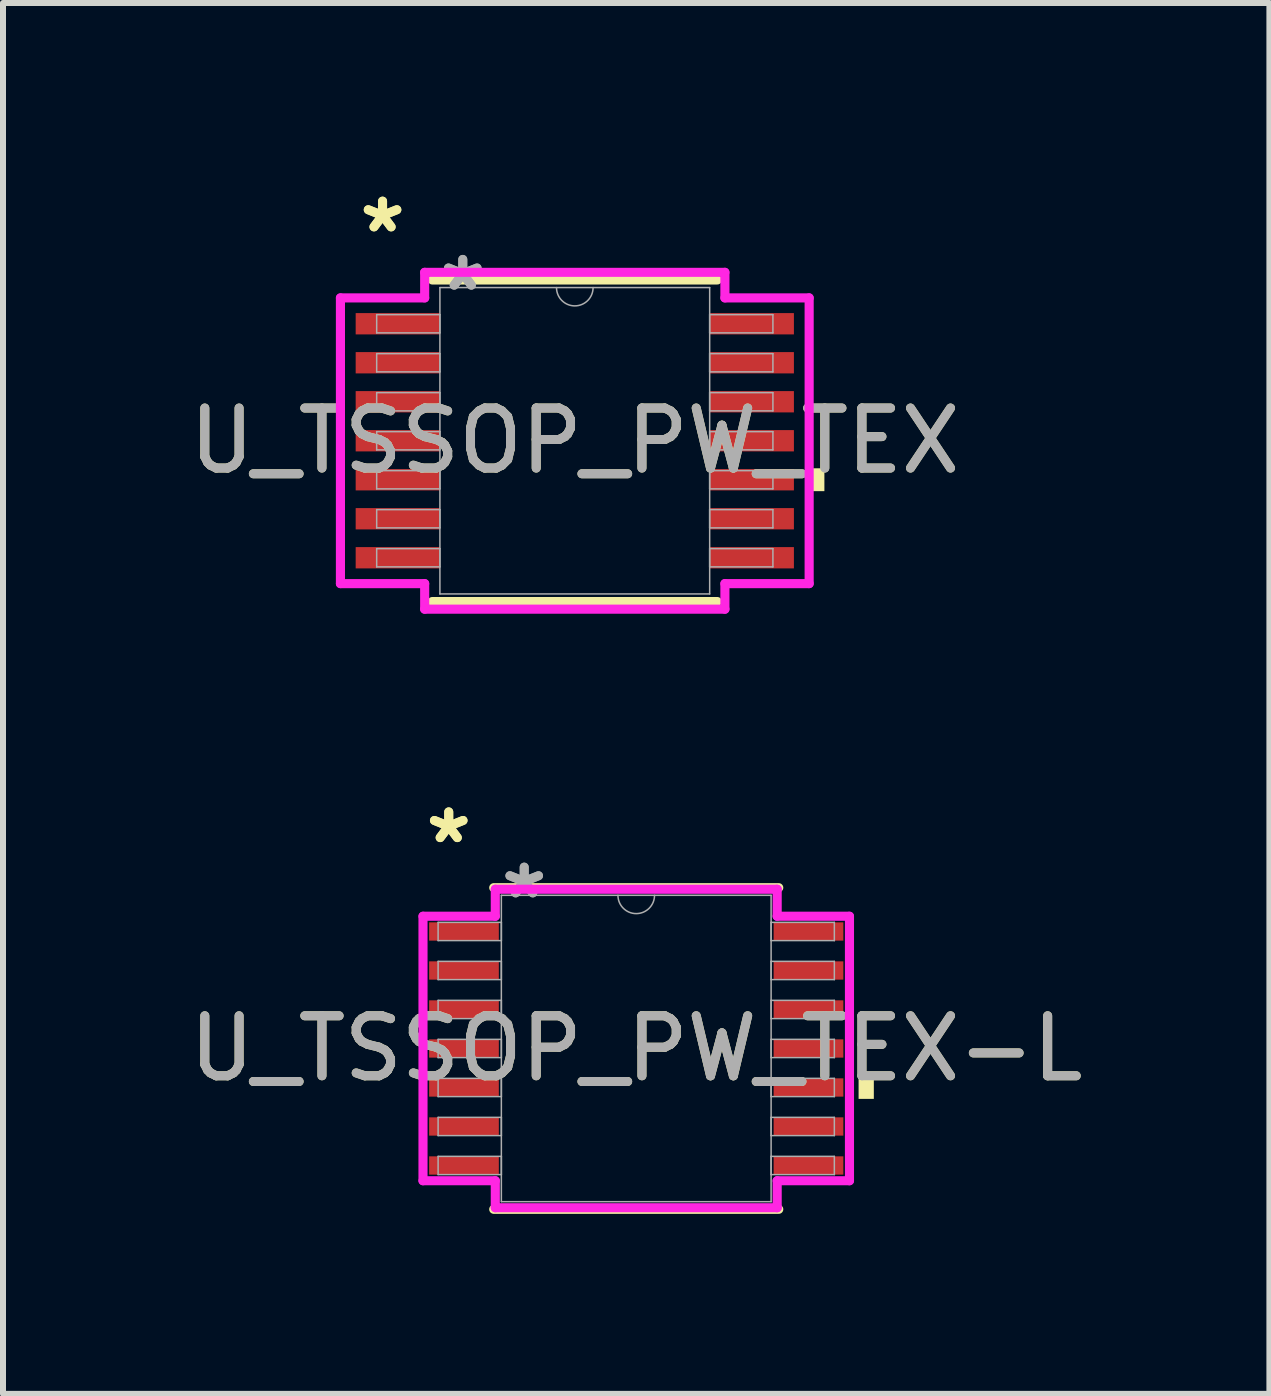
<source format=kicad_pcb>
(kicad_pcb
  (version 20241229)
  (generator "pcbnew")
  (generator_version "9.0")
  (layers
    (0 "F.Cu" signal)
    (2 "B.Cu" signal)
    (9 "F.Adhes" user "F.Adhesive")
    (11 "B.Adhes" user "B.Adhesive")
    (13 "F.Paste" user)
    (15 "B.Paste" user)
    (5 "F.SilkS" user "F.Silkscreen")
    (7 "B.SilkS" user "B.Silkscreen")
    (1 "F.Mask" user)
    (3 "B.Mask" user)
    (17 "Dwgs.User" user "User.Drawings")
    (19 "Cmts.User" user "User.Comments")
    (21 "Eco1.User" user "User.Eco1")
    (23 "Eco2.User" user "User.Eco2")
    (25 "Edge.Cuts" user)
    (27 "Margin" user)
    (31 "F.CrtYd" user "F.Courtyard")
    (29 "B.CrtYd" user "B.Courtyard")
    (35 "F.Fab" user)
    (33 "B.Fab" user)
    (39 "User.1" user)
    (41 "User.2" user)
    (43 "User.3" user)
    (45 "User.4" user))
  (footprint "U_TSSOP_PW_TEX-L"
    (layer "F.Cu")
    (at 7.554 14.425)
    (property "Reference" "U_TSSOP_PW_TEX-L" (at 0 0 0) (unlocked yes) (layer "F.SilkS") (effects (font (size 1 1) (thickness 0.15))))
    (attr smd)
    (fp_line (start -2.375 2.68) (end 2.375 2.68) (stroke (width 0.152) (type solid)) (layer "F.SilkS"))
    (fp_line (start 2.375 -2.68) (end -2.375 -2.68) (stroke (width 0.152) (type solid)) (layer "F.SilkS"))
    (fp_poly (pts (xy 3.96 0.459) (xy 3.96 0.84) (xy 3.706 0.84) (xy 3.706 0.459)) (stroke (width 0) (type solid)) (fill yes) (layer "F.SilkS"))
    (fp_line (start -3.554 -2.204) (end -2.349 -2.204) (stroke (width 0.152) (type solid)) (layer "F.CrtYd"))
    (fp_line (start -3.554 2.204) (end -3.554 -2.204) (stroke (width 0.152) (type solid)) (layer "F.CrtYd"))
    (fp_line (start -3.554 2.204) (end -2.349 2.204) (stroke (width 0.152) (type solid)) (layer "F.CrtYd"))
    (fp_line (start -2.349 -2.654) (end 2.349 -2.654) (stroke (width 0.152) (type solid)) (layer "F.CrtYd"))
    (fp_line (start -2.349 -2.204) (end -2.349 -2.654) (stroke (width 0.152) (type solid)) (layer "F.CrtYd"))
    (fp_line (start -2.349 2.654) (end -2.349 2.204) (stroke (width 0.152) (type solid)) (layer "F.CrtYd"))
    (fp_line (start 2.349 -2.654) (end 2.349 -2.204) (stroke (width 0.152) (type solid)) (layer "F.CrtYd"))
    (fp_line (start 2.349 2.204) (end 2.349 2.654) (stroke (width 0.152) (type solid)) (layer "F.CrtYd"))
    (fp_line (start 2.349 2.654) (end -2.349 2.654) (stroke (width 0.152) (type solid)) (layer "F.CrtYd"))
    (fp_line (start 3.554 -2.204) (end 2.349 -2.204) (stroke (width 0.152) (type solid)) (layer "F.CrtYd"))
    (fp_line (start 3.554 -2.204) (end 3.554 2.204) (stroke (width 0.152) (type solid)) (layer "F.CrtYd"))
    (fp_line (start 3.554 2.204) (end 2.349 2.204) (stroke (width 0.152) (type solid)) (layer "F.CrtYd"))
    (fp_line (start -3.302 -2.102) (end -3.302 -1.798) (stroke (width 0.025) (type solid)) (layer "F.Fab"))
    (fp_line (start -3.302 -1.798) (end -2.248 -1.798) (stroke (width 0.025) (type solid)) (layer "F.Fab"))
    (fp_line (start -3.302 -1.452) (end -3.302 -1.148) (stroke (width 0.025) (type solid)) (layer "F.Fab"))
    (fp_line (start -3.302 -1.148) (end -2.248 -1.148) (stroke (width 0.025) (type solid)) (layer "F.Fab"))
    (fp_line (start -3.302 -0.802) (end -3.302 -0.498) (stroke (width 0.025) (type solid)) (layer "F.Fab"))
    (fp_line (start -3.302 -0.498) (end -2.248 -0.498) (stroke (width 0.025) (type solid)) (layer "F.Fab"))
    (fp_line (start -3.302 -0.152) (end -3.302 0.152) (stroke (width 0.025) (type solid)) (layer "F.Fab"))
    (fp_line (start -3.302 0.152) (end -2.248 0.152) (stroke (width 0.025) (type solid)) (layer "F.Fab"))
    (fp_line (start -3.302 0.498) (end -3.302 0.802) (stroke (width 0.025) (type solid)) (layer "F.Fab"))
    (fp_line (start -3.302 0.802) (end -2.248 0.802) (stroke (width 0.025) (type solid)) (layer "F.Fab"))
    (fp_line (start -3.302 1.148) (end -3.302 1.452) (stroke (width 0.025) (type solid)) (layer "F.Fab"))
    (fp_line (start -3.302 1.452) (end -2.248 1.452) (stroke (width 0.025) (type solid)) (layer "F.Fab"))
    (fp_line (start -3.302 1.798) (end -3.302 2.102) (stroke (width 0.025) (type solid)) (layer "F.Fab"))
    (fp_line (start -3.302 2.102) (end -2.248 2.102) (stroke (width 0.025) (type solid)) (layer "F.Fab"))
    (fp_line (start -2.248 -2.553) (end -2.248 2.553) (stroke (width 0.025) (type solid)) (layer "F.Fab"))
    (fp_line (start -2.248 -2.102) (end -3.302 -2.102) (stroke (width 0.025) (type solid)) (layer "F.Fab"))
    (fp_line (start -2.248 -1.798) (end -2.248 -2.102) (stroke (width 0.025) (type solid)) (layer "F.Fab"))
    (fp_line (start -2.248 -1.452) (end -3.302 -1.452) (stroke (width 0.025) (type solid)) (layer "F.Fab"))
    (fp_line (start -2.248 -1.148) (end -2.248 -1.452) (stroke (width 0.025) (type solid)) (layer "F.Fab"))
    (fp_line (start -2.248 -0.802) (end -3.302 -0.802) (stroke (width 0.025) (type solid)) (layer "F.Fab"))
    (fp_line (start -2.248 -0.498) (end -2.248 -0.802) (stroke (width 0.025) (type solid)) (layer "F.Fab"))
    (fp_line (start -2.248 -0.152) (end -3.302 -0.152) (stroke (width 0.025) (type solid)) (layer "F.Fab"))
    (fp_line (start -2.248 0.152) (end -2.248 -0.152) (stroke (width 0.025) (type solid)) (layer "F.Fab"))
    (fp_line (start -2.248 0.498) (end -3.302 0.498) (stroke (width 0.025) (type solid)) (layer "F.Fab"))
    (fp_line (start -2.248 0.802) (end -2.248 0.498) (stroke (width 0.025) (type solid)) (layer "F.Fab"))
    (fp_line (start -2.248 1.148) (end -3.302 1.148) (stroke (width 0.025) (type solid)) (layer "F.Fab"))
    (fp_line (start -2.248 1.452) (end -2.248 1.148) (stroke (width 0.025) (type solid)) (layer "F.Fab"))
    (fp_line (start -2.248 1.798) (end -3.302 1.798) (stroke (width 0.025) (type solid)) (layer "F.Fab"))
    (fp_line (start -2.248 2.102) (end -2.248 1.798) (stroke (width 0.025) (type solid)) (layer "F.Fab"))
    (fp_line (start -2.248 2.553) (end 2.248 2.553) (stroke (width 0.025) (type solid)) (layer "F.Fab"))
    (fp_line (start 2.248 -2.553) (end -2.248 -2.553) (stroke (width 0.025) (type solid)) (layer "F.Fab"))
    (fp_line (start 2.248 -2.102) (end 2.248 -1.798) (stroke (width 0.025) (type solid)) (layer "F.Fab"))
    (fp_line (start 2.248 -1.798) (end 3.302 -1.798) (stroke (width 0.025) (type solid)) (layer "F.Fab"))
    (fp_line (start 2.248 -1.452) (end 2.248 -1.148) (stroke (width 0.025) (type solid)) (layer "F.Fab"))
    (fp_line (start 2.248 -1.148) (end 3.302 -1.148) (stroke (width 0.025) (type solid)) (layer "F.Fab"))
    (fp_line (start 2.248 -0.802) (end 2.248 -0.498) (stroke (width 0.025) (type solid)) (layer "F.Fab"))
    (fp_line (start 2.248 -0.498) (end 3.302 -0.498) (stroke (width 0.025) (type solid)) (layer "F.Fab"))
    (fp_line (start 2.248 -0.152) (end 2.248 0.152) (stroke (width 0.025) (type solid)) (layer "F.Fab"))
    (fp_line (start 2.248 0.152) (end 3.302 0.152) (stroke (width 0.025) (type solid)) (layer "F.Fab"))
    (fp_line (start 2.248 0.498) (end 2.248 0.802) (stroke (width 0.025) (type solid)) (layer "F.Fab"))
    (fp_line (start 2.248 0.802) (end 3.302 0.802) (stroke (width 0.025) (type solid)) (layer "F.Fab"))
    (fp_line (start 2.248 1.148) (end 2.248 1.452) (stroke (width 0.025) (type solid)) (layer "F.Fab"))
    (fp_line (start 2.248 1.452) (end 3.302 1.452) (stroke (width 0.025) (type solid)) (layer "F.Fab"))
    (fp_line (start 2.248 1.798) (end 2.248 2.102) (stroke (width 0.025) (type solid)) (layer "F.Fab"))
    (fp_line (start 2.248 2.102) (end 3.302 2.102) (stroke (width 0.025) (type solid)) (layer "F.Fab"))
    (fp_line (start 2.248 2.553) (end 2.248 -2.553) (stroke (width 0.025) (type solid)) (layer "F.Fab"))
    (fp_line (start 3.302 -2.102) (end 2.248 -2.102) (stroke (width 0.025) (type solid)) (layer "F.Fab"))
    (fp_line (start 3.302 -1.798) (end 3.302 -2.102) (stroke (width 0.025) (type solid)) (layer "F.Fab"))
    (fp_line (start 3.302 -1.452) (end 2.248 -1.452) (stroke (width 0.025) (type solid)) (layer "F.Fab"))
    (fp_line (start 3.302 -1.148) (end 3.302 -1.452) (stroke (width 0.025) (type solid)) (layer "F.Fab"))
    (fp_line (start 3.302 -0.802) (end 2.248 -0.802) (stroke (width 0.025) (type solid)) (layer "F.Fab"))
    (fp_line (start 3.302 -0.498) (end 3.302 -0.802) (stroke (width 0.025) (type solid)) (layer "F.Fab"))
    (fp_line (start 3.302 -0.152) (end 2.248 -0.152) (stroke (width 0.025) (type solid)) (layer "F.Fab"))
    (fp_line (start 3.302 0.152) (end 3.302 -0.152) (stroke (width 0.025) (type solid)) (layer "F.Fab"))
    (fp_line (start 3.302 0.498) (end 2.248 0.498) (stroke (width 0.025) (type solid)) (layer "F.Fab"))
    (fp_line (start 3.302 0.802) (end 3.302 0.498) (stroke (width 0.025) (type solid)) (layer "F.Fab"))
    (fp_line (start 3.302 1.148) (end 2.248 1.148) (stroke (width 0.025) (type solid)) (layer "F.Fab"))
    (fp_line (start 3.302 1.452) (end 3.302 1.148) (stroke (width 0.025) (type solid)) (layer "F.Fab"))
    (fp_line (start 3.302 1.798) (end 2.248 1.798) (stroke (width 0.025) (type solid)) (layer "F.Fab"))
    (fp_line (start 3.302 2.102) (end 3.302 1.798) (stroke (width 0.025) (type solid)) (layer "F.Fab"))
    (fp_arc (start 0.3048 -2.5527) (mid 0 -2.2479) (end -0.3048 -2.5527) (stroke (width 0.0254) (type solid)) (layer "F.Fab"))
    (fp_text user "*" (at -3.125 -3.398 0) (layer "F.SilkS") (effects (font (size 1 1) (thickness 0.15))))
    (fp_text user "*" (at -3.125 -3.398 0) (unlocked yes) (layer "F.SilkS") (effects (font (size 1 1) (thickness 0.15))))
    (fp_text user "*" (at -1.867 -2.477 0) (unlocked yes) (layer "F.Fab") (effects (font (size 1 1) (thickness 0.15))))
    (fp_text user "*" (at -1.867 -2.477 0) (layer "F.Fab") (effects (font (size 1 1) (thickness 0.15))))
    (fp_text user "${REFERENCE}" (at 0 0 0) (unlocked yes) (layer "F.Fab") (effects (font (size 1 1) (thickness 0.15))))
    (pad "1" smd rect (at -2.871 -1.95) (size 1.162 0.305) (layers "F.Cu" "F.Mask" "F.Paste"))
    (pad "2" smd rect (at -2.871 -1.3) (size 1.162 0.305) (layers "F.Cu" "F.Mask" "F.Paste"))
    (pad "3" smd rect (at -2.871 -0.65) (size 1.162 0.305) (layers "F.Cu" "F.Mask" "F.Paste"))
    (pad "4" smd rect (at -2.871 0) (size 1.162 0.305) (layers "F.Cu" "F.Mask" "F.Paste"))
    (pad "5" smd rect (at -2.871 0.65) (size 1.162 0.305) (layers "F.Cu" "F.Mask" "F.Paste"))
    (pad "6" smd rect (at -2.871 1.3) (size 1.162 0.305) (layers "F.Cu" "F.Mask" "F.Paste"))
    (pad "7" smd rect (at -2.871 1.95) (size 1.162 0.305) (layers "F.Cu" "F.Mask" "F.Paste"))
    (pad "8" smd rect (at 2.871 1.95) (size 1.162 0.305) (layers "F.Cu" "F.Mask" "F.Paste"))
    (pad "9" smd rect (at 2.871 1.3) (size 1.162 0.305) (layers "F.Cu" "F.Mask" "F.Paste"))
    (pad "10" smd rect (at 2.871 0.65) (size 1.162 0.305) (layers "F.Cu" "F.Mask" "F.Paste"))
    (pad "11" smd rect (at 2.871 0) (size 1.162 0.305) (layers "F.Cu" "F.Mask" "F.Paste"))
    (pad "12" smd rect (at 2.871 -0.65) (size 1.162 0.305) (layers "F.Cu" "F.Mask" "F.Paste"))
    (pad "13" smd rect (at 2.871 -1.3) (size 1.162 0.305) (layers "F.Cu" "F.Mask" "F.Paste"))
    (pad "14" smd rect (at 2.871 -1.95) (size 1.162 0.305) (layers "F.Cu" "F.Mask" "F.Paste")))
  (footprint "U_TSSOP_PW_TEX"
    (layer "F.Cu")
    (at 6.53 4.296)
    (property "Reference" "U_TSSOP_PW_TEX" (at 0 0 0) (unlocked yes) (layer "F.SilkS") (effects (font (size 1 1) (thickness 0.15))))
    (attr smd)
    (fp_line (start -2.375 2.68) (end 2.375 2.68) (stroke (width 0.152) (type solid)) (layer "F.SilkS"))
    (fp_line (start 2.375 -2.68) (end -2.375 -2.68) (stroke (width 0.152) (type solid)) (layer "F.SilkS"))
    (fp_poly (pts (xy 4.16 0.459) (xy 4.16 0.84) (xy 3.906 0.84) (xy 3.906 0.459)) (stroke (width 0) (type solid)) (fill yes) (layer "F.SilkS"))
    (fp_line (start -3.906 -2.381) (end -2.502 -2.381) (stroke (width 0.152) (type solid)) (layer "F.CrtYd"))
    (fp_line (start -3.906 2.381) (end -3.906 -2.381) (stroke (width 0.152) (type solid)) (layer "F.CrtYd"))
    (fp_line (start -3.906 2.381) (end -2.502 2.381) (stroke (width 0.152) (type solid)) (layer "F.CrtYd"))
    (fp_line (start -2.502 -2.807) (end 2.502 -2.807) (stroke (width 0.152) (type solid)) (layer "F.CrtYd"))
    (fp_line (start -2.502 -2.381) (end -2.502 -2.807) (stroke (width 0.152) (type solid)) (layer "F.CrtYd"))
    (fp_line (start -2.502 2.807) (end -2.502 2.381) (stroke (width 0.152) (type solid)) (layer "F.CrtYd"))
    (fp_line (start 2.502 -2.807) (end 2.502 -2.381) (stroke (width 0.152) (type solid)) (layer "F.CrtYd"))
    (fp_line (start 2.502 2.381) (end 2.502 2.807) (stroke (width 0.152) (type solid)) (layer "F.CrtYd"))
    (fp_line (start 2.502 2.807) (end -2.502 2.807) (stroke (width 0.152) (type solid)) (layer "F.CrtYd"))
    (fp_line (start 3.906 -2.381) (end 2.502 -2.381) (stroke (width 0.152) (type solid)) (layer "F.CrtYd"))
    (fp_line (start 3.906 -2.381) (end 3.906 2.381) (stroke (width 0.152) (type solid)) (layer "F.CrtYd"))
    (fp_line (start 3.906 2.381) (end 2.502 2.381) (stroke (width 0.152) (type solid)) (layer "F.CrtYd"))
    (fp_line (start -3.302 -2.102) (end -3.302 -1.798) (stroke (width 0.025) (type solid)) (layer "F.Fab"))
    (fp_line (start -3.302 -1.798) (end -2.248 -1.798) (stroke (width 0.025) (type solid)) (layer "F.Fab"))
    (fp_line (start -3.302 -1.452) (end -3.302 -1.148) (stroke (width 0.025) (type solid)) (layer "F.Fab"))
    (fp_line (start -3.302 -1.148) (end -2.248 -1.148) (stroke (width 0.025) (type solid)) (layer "F.Fab"))
    (fp_line (start -3.302 -0.802) (end -3.302 -0.498) (stroke (width 0.025) (type solid)) (layer "F.Fab"))
    (fp_line (start -3.302 -0.498) (end -2.248 -0.498) (stroke (width 0.025) (type solid)) (layer "F.Fab"))
    (fp_line (start -3.302 -0.152) (end -3.302 0.152) (stroke (width 0.025) (type solid)) (layer "F.Fab"))
    (fp_line (start -3.302 0.152) (end -2.248 0.152) (stroke (width 0.025) (type solid)) (layer "F.Fab"))
    (fp_line (start -3.302 0.498) (end -3.302 0.802) (stroke (width 0.025) (type solid)) (layer "F.Fab"))
    (fp_line (start -3.302 0.802) (end -2.248 0.802) (stroke (width 0.025) (type solid)) (layer "F.Fab"))
    (fp_line (start -3.302 1.148) (end -3.302 1.452) (stroke (width 0.025) (type solid)) (layer "F.Fab"))
    (fp_line (start -3.302 1.452) (end -2.248 1.452) (stroke (width 0.025) (type solid)) (layer "F.Fab"))
    (fp_line (start -3.302 1.798) (end -3.302 2.102) (stroke (width 0.025) (type solid)) (layer "F.Fab"))
    (fp_line (start -3.302 2.102) (end -2.248 2.102) (stroke (width 0.025) (type solid)) (layer "F.Fab"))
    (fp_line (start -2.248 -2.553) (end -2.248 2.553) (stroke (width 0.025) (type solid)) (layer "F.Fab"))
    (fp_line (start -2.248 -2.102) (end -3.302 -2.102) (stroke (width 0.025) (type solid)) (layer "F.Fab"))
    (fp_line (start -2.248 -1.798) (end -2.248 -2.102) (stroke (width 0.025) (type solid)) (layer "F.Fab"))
    (fp_line (start -2.248 -1.452) (end -3.302 -1.452) (stroke (width 0.025) (type solid)) (layer "F.Fab"))
    (fp_line (start -2.248 -1.148) (end -2.248 -1.452) (stroke (width 0.025) (type solid)) (layer "F.Fab"))
    (fp_line (start -2.248 -0.802) (end -3.302 -0.802) (stroke (width 0.025) (type solid)) (layer "F.Fab"))
    (fp_line (start -2.248 -0.498) (end -2.248 -0.802) (stroke (width 0.025) (type solid)) (layer "F.Fab"))
    (fp_line (start -2.248 -0.152) (end -3.302 -0.152) (stroke (width 0.025) (type solid)) (layer "F.Fab"))
    (fp_line (start -2.248 0.152) (end -2.248 -0.152) (stroke (width 0.025) (type solid)) (layer "F.Fab"))
    (fp_line (start -2.248 0.498) (end -3.302 0.498) (stroke (width 0.025) (type solid)) (layer "F.Fab"))
    (fp_line (start -2.248 0.802) (end -2.248 0.498) (stroke (width 0.025) (type solid)) (layer "F.Fab"))
    (fp_line (start -2.248 1.148) (end -3.302 1.148) (stroke (width 0.025) (type solid)) (layer "F.Fab"))
    (fp_line (start -2.248 1.452) (end -2.248 1.148) (stroke (width 0.025) (type solid)) (layer "F.Fab"))
    (fp_line (start -2.248 1.798) (end -3.302 1.798) (stroke (width 0.025) (type solid)) (layer "F.Fab"))
    (fp_line (start -2.248 2.102) (end -2.248 1.798) (stroke (width 0.025) (type solid)) (layer "F.Fab"))
    (fp_line (start -2.248 2.553) (end 2.248 2.553) (stroke (width 0.025) (type solid)) (layer "F.Fab"))
    (fp_line (start 2.248 -2.553) (end -2.248 -2.553) (stroke (width 0.025) (type solid)) (layer "F.Fab"))
    (fp_line (start 2.248 -2.102) (end 2.248 -1.798) (stroke (width 0.025) (type solid)) (layer "F.Fab"))
    (fp_line (start 2.248 -1.798) (end 3.302 -1.798) (stroke (width 0.025) (type solid)) (layer "F.Fab"))
    (fp_line (start 2.248 -1.452) (end 2.248 -1.148) (stroke (width 0.025) (type solid)) (layer "F.Fab"))
    (fp_line (start 2.248 -1.148) (end 3.302 -1.148) (stroke (width 0.025) (type solid)) (layer "F.Fab"))
    (fp_line (start 2.248 -0.802) (end 2.248 -0.498) (stroke (width 0.025) (type solid)) (layer "F.Fab"))
    (fp_line (start 2.248 -0.498) (end 3.302 -0.498) (stroke (width 0.025) (type solid)) (layer "F.Fab"))
    (fp_line (start 2.248 -0.152) (end 2.248 0.152) (stroke (width 0.025) (type solid)) (layer "F.Fab"))
    (fp_line (start 2.248 0.152) (end 3.302 0.152) (stroke (width 0.025) (type solid)) (layer "F.Fab"))
    (fp_line (start 2.248 0.498) (end 2.248 0.802) (stroke (width 0.025) (type solid)) (layer "F.Fab"))
    (fp_line (start 2.248 0.802) (end 3.302 0.802) (stroke (width 0.025) (type solid)) (layer "F.Fab"))
    (fp_line (start 2.248 1.148) (end 2.248 1.452) (stroke (width 0.025) (type solid)) (layer "F.Fab"))
    (fp_line (start 2.248 1.452) (end 3.302 1.452) (stroke (width 0.025) (type solid)) (layer "F.Fab"))
    (fp_line (start 2.248 1.798) (end 2.248 2.102) (stroke (width 0.025) (type solid)) (layer "F.Fab"))
    (fp_line (start 2.248 2.102) (end 3.302 2.102) (stroke (width 0.025) (type solid)) (layer "F.Fab"))
    (fp_line (start 2.248 2.553) (end 2.248 -2.553) (stroke (width 0.025) (type solid)) (layer "F.Fab"))
    (fp_line (start 3.302 -2.102) (end 2.248 -2.102) (stroke (width 0.025) (type solid)) (layer "F.Fab"))
    (fp_line (start 3.302 -1.798) (end 3.302 -2.102) (stroke (width 0.025) (type solid)) (layer "F.Fab"))
    (fp_line (start 3.302 -1.452) (end 2.248 -1.452) (stroke (width 0.025) (type solid)) (layer "F.Fab"))
    (fp_line (start 3.302 -1.148) (end 3.302 -1.452) (stroke (width 0.025) (type solid)) (layer "F.Fab"))
    (fp_line (start 3.302 -0.802) (end 2.248 -0.802) (stroke (width 0.025) (type solid)) (layer "F.Fab"))
    (fp_line (start 3.302 -0.498) (end 3.302 -0.802) (stroke (width 0.025) (type solid)) (layer "F.Fab"))
    (fp_line (start 3.302 -0.152) (end 2.248 -0.152) (stroke (width 0.025) (type solid)) (layer "F.Fab"))
    (fp_line (start 3.302 0.152) (end 3.302 -0.152) (stroke (width 0.025) (type solid)) (layer "F.Fab"))
    (fp_line (start 3.302 0.498) (end 2.248 0.498) (stroke (width 0.025) (type solid)) (layer "F.Fab"))
    (fp_line (start 3.302 0.802) (end 3.302 0.498) (stroke (width 0.025) (type solid)) (layer "F.Fab"))
    (fp_line (start 3.302 1.148) (end 2.248 1.148) (stroke (width 0.025) (type solid)) (layer "F.Fab"))
    (fp_line (start 3.302 1.452) (end 3.302 1.148) (stroke (width 0.025) (type solid)) (layer "F.Fab"))
    (fp_line (start 3.302 1.798) (end 2.248 1.798) (stroke (width 0.025) (type solid)) (layer "F.Fab"))
    (fp_line (start 3.302 2.102) (end 3.302 1.798) (stroke (width 0.025) (type solid)) (layer "F.Fab"))
    (fp_arc (start 0.3048 -2.5527) (mid 0 -2.2479) (end -0.3048 -2.5527) (stroke (width 0.0254) (type solid)) (layer "F.Fab"))
    (fp_text user "*" (at -3.204 -3.448 0) (unlocked yes) (layer "F.SilkS") (effects (font (size 1 1) (thickness 0.15))))
    (fp_text user "*" (at -3.204 -3.448 0) (layer "F.SilkS") (effects (font (size 1 1) (thickness 0.15))))
    (fp_text user "${REFERENCE}" (at 0 0 0) (unlocked yes) (layer "F.Fab") (effects (font (size 1 1) (thickness 0.15))))
    (fp_text user "*" (at -1.867 -2.477 0) (layer "F.Fab") (effects (font (size 1 1) (thickness 0.15))))
    (fp_text user "*" (at -1.867 -2.477 0) (unlocked yes) (layer "F.Fab") (effects (font (size 1 1) (thickness 0.15))))
    (pad "1" smd rect (at -2.95 -1.95) (size 1.404 0.355) (layers "F.Cu" "F.Mask" "F.Paste"))
    (pad "2" smd rect (at -2.95 -1.3) (size 1.404 0.355) (layers "F.Cu" "F.Mask" "F.Paste"))
    (pad "3" smd rect (at -2.95 -0.65) (size 1.404 0.355) (layers "F.Cu" "F.Mask" "F.Paste"))
    (pad "4" smd rect (at -2.95 0) (size 1.404 0.355) (layers "F.Cu" "F.Mask" "F.Paste"))
    (pad "5" smd rect (at -2.95 0.65) (size 1.404 0.355) (layers "F.Cu" "F.Mask" "F.Paste"))
    (pad "6" smd rect (at -2.95 1.3) (size 1.404 0.355) (layers "F.Cu" "F.Mask" "F.Paste"))
    (pad "7" smd rect (at -2.95 1.95) (size 1.404 0.355) (layers "F.Cu" "F.Mask" "F.Paste"))
    (pad "8" smd rect (at 2.95 1.95) (size 1.404 0.355) (layers "F.Cu" "F.Mask" "F.Paste"))
    (pad "9" smd rect (at 2.95 1.3) (size 1.404 0.355) (layers "F.Cu" "F.Mask" "F.Paste"))
    (pad "10" smd rect (at 2.95 0.65) (size 1.404 0.355) (layers "F.Cu" "F.Mask" "F.Paste"))
    (pad "11" smd rect (at 2.95 0) (size 1.404 0.355) (layers "F.Cu" "F.Mask" "F.Paste"))
    (pad "12" smd rect (at 2.95 -0.65) (size 1.404 0.355) (layers "F.Cu" "F.Mask" "F.Paste"))
    (pad "13" smd rect (at 2.95 -1.3) (size 1.404 0.355) (layers "F.Cu" "F.Mask" "F.Paste"))
    (pad "14" smd rect (at 2.95 -1.95) (size 1.404 0.355) (layers "F.Cu" "F.Mask" "F.Paste")))
  (gr_rect
    (start -3 -3)
    (end 18.107 20.181)
    (stroke (width 0.1) (type default))
    (fill no)
    (layer "Edge.Cuts")))
</source>
